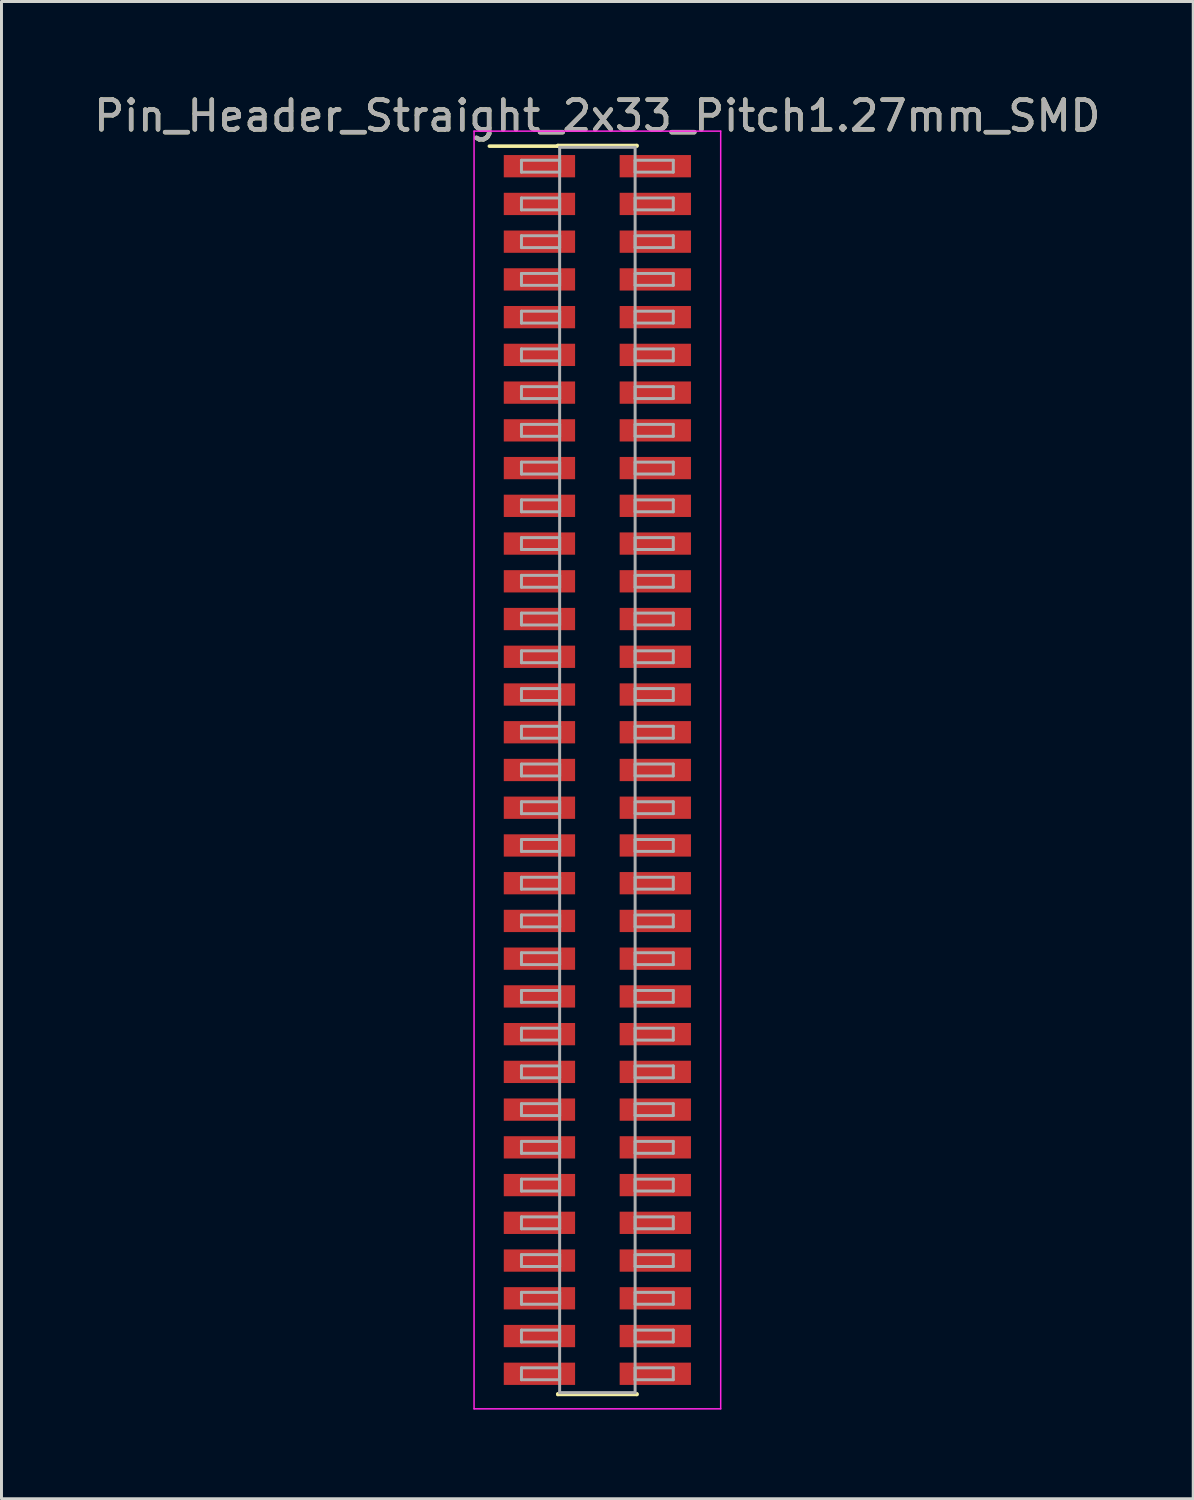
<source format=kicad_pcb>
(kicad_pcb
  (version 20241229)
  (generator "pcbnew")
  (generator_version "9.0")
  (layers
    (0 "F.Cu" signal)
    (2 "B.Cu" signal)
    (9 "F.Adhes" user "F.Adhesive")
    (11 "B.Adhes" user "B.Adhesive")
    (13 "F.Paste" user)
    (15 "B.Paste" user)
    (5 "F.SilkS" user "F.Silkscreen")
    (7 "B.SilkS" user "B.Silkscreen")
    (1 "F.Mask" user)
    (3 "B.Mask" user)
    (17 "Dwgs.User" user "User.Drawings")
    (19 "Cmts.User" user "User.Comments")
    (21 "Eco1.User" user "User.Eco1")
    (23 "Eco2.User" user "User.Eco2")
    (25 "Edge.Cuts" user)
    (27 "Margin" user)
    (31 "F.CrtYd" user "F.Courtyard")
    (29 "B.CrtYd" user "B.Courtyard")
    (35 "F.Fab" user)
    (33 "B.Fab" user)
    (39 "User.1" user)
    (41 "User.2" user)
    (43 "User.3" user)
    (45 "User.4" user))
  (footprint "Pin_Header_Straight_2x33_Pitch1.27mm_SMD"
    (layer "F.Cu")
    (at 17.054 22.863)
    (property "Reference" "Pin_Header_Straight_2x33_Pitch1.27mm_SMD" (at 0 -22.015 0) (layer "F.SilkS") (effects (font (size 1 1) (thickness 0.15))))
    (attr smd)
    (fp_line (start -3.635 -20.995) (end -1.33 -20.995) (stroke (width 0.12) (type solid)) (layer "F.SilkS"))
    (fp_line (start -1.33 -21.015) (end 1.33 -21.015) (stroke (width 0.12) (type solid)) (layer "F.SilkS"))
    (fp_line (start -1.33 -20.995) (end -1.33 -21.015) (stroke (width 0.12) (type solid)) (layer "F.SilkS"))
    (fp_line (start -1.33 20.995) (end -1.33 21.015) (stroke (width 0.12) (type solid)) (layer "F.SilkS"))
    (fp_line (start -1.33 21.015) (end 1.33 21.015) (stroke (width 0.12) (type solid)) (layer "F.SilkS"))
    (fp_line (start 1.33 -21.015) (end 1.33 -20.995) (stroke (width 0.12) (type solid)) (layer "F.SilkS"))
    (fp_line (start 1.33 21.015) (end 1.33 20.995) (stroke (width 0.12) (type solid)) (layer "F.SilkS"))
    (fp_line (start -4.15 -21.5) (end -4.15 21.5) (stroke (width 0.05) (type solid)) (layer "F.CrtYd"))
    (fp_line (start -4.15 21.5) (end 4.15 21.5) (stroke (width 0.05) (type solid)) (layer "F.CrtYd"))
    (fp_line (start 4.15 -21.5) (end -4.15 -21.5) (stroke (width 0.05) (type solid)) (layer "F.CrtYd"))
    (fp_line (start 4.15 21.5) (end 4.15 -21.5) (stroke (width 0.05) (type solid)) (layer "F.CrtYd"))
    (fp_line (start -2.555 -20.52) (end -1.27 -20.52) (stroke (width 0.1) (type solid)) (layer "F.Fab"))
    (fp_line (start -2.555 -20.12) (end -2.555 -20.52) (stroke (width 0.1) (type solid)) (layer "F.Fab"))
    (fp_line (start -2.555 -19.25) (end -1.27 -19.25) (stroke (width 0.1) (type solid)) (layer "F.Fab"))
    (fp_line (start -2.555 -18.85) (end -2.555 -19.25) (stroke (width 0.1) (type solid)) (layer "F.Fab"))
    (fp_line (start -2.555 -17.98) (end -1.27 -17.98) (stroke (width 0.1) (type solid)) (layer "F.Fab"))
    (fp_line (start -2.555 -17.58) (end -2.555 -17.98) (stroke (width 0.1) (type solid)) (layer "F.Fab"))
    (fp_line (start -2.555 -16.71) (end -1.27 -16.71) (stroke (width 0.1) (type solid)) (layer "F.Fab"))
    (fp_line (start -2.555 -16.31) (end -2.555 -16.71) (stroke (width 0.1) (type solid)) (layer "F.Fab"))
    (fp_line (start -2.555 -15.44) (end -1.27 -15.44) (stroke (width 0.1) (type solid)) (layer "F.Fab"))
    (fp_line (start -2.555 -15.04) (end -2.555 -15.44) (stroke (width 0.1) (type solid)) (layer "F.Fab"))
    (fp_line (start -2.555 -14.17) (end -1.27 -14.17) (stroke (width 0.1) (type solid)) (layer "F.Fab"))
    (fp_line (start -2.555 -13.77) (end -2.555 -14.17) (stroke (width 0.1) (type solid)) (layer "F.Fab"))
    (fp_line (start -2.555 -12.9) (end -1.27 -12.9) (stroke (width 0.1) (type solid)) (layer "F.Fab"))
    (fp_line (start -2.555 -12.5) (end -2.555 -12.9) (stroke (width 0.1) (type solid)) (layer "F.Fab"))
    (fp_line (start -2.555 -11.63) (end -1.27 -11.63) (stroke (width 0.1) (type solid)) (layer "F.Fab"))
    (fp_line (start -2.555 -11.23) (end -2.555 -11.63) (stroke (width 0.1) (type solid)) (layer "F.Fab"))
    (fp_line (start -2.555 -10.36) (end -1.27 -10.36) (stroke (width 0.1) (type solid)) (layer "F.Fab"))
    (fp_line (start -2.555 -9.96) (end -2.555 -10.36) (stroke (width 0.1) (type solid)) (layer "F.Fab"))
    (fp_line (start -2.555 -9.09) (end -1.27 -9.09) (stroke (width 0.1) (type solid)) (layer "F.Fab"))
    (fp_line (start -2.555 -8.69) (end -2.555 -9.09) (stroke (width 0.1) (type solid)) (layer "F.Fab"))
    (fp_line (start -2.555 -7.82) (end -1.27 -7.82) (stroke (width 0.1) (type solid)) (layer "F.Fab"))
    (fp_line (start -2.555 -7.42) (end -2.555 -7.82) (stroke (width 0.1) (type solid)) (layer "F.Fab"))
    (fp_line (start -2.555 -6.55) (end -1.27 -6.55) (stroke (width 0.1) (type solid)) (layer "F.Fab"))
    (fp_line (start -2.555 -6.15) (end -2.555 -6.55) (stroke (width 0.1) (type solid)) (layer "F.Fab"))
    (fp_line (start -2.555 -5.28) (end -1.27 -5.28) (stroke (width 0.1) (type solid)) (layer "F.Fab"))
    (fp_line (start -2.555 -4.88) (end -2.555 -5.28) (stroke (width 0.1) (type solid)) (layer "F.Fab"))
    (fp_line (start -2.555 -4.01) (end -1.27 -4.01) (stroke (width 0.1) (type solid)) (layer "F.Fab"))
    (fp_line (start -2.555 -3.61) (end -2.555 -4.01) (stroke (width 0.1) (type solid)) (layer "F.Fab"))
    (fp_line (start -2.555 -2.74) (end -1.27 -2.74) (stroke (width 0.1) (type solid)) (layer "F.Fab"))
    (fp_line (start -2.555 -2.34) (end -2.555 -2.74) (stroke (width 0.1) (type solid)) (layer "F.Fab"))
    (fp_line (start -2.555 -1.47) (end -1.27 -1.47) (stroke (width 0.1) (type solid)) (layer "F.Fab"))
    (fp_line (start -2.555 -1.07) (end -2.555 -1.47) (stroke (width 0.1) (type solid)) (layer "F.Fab"))
    (fp_line (start -2.555 -0.2) (end -1.27 -0.2) (stroke (width 0.1) (type solid)) (layer "F.Fab"))
    (fp_line (start -2.555 0.2) (end -2.555 -0.2) (stroke (width 0.1) (type solid)) (layer "F.Fab"))
    (fp_line (start -2.555 1.07) (end -1.27 1.07) (stroke (width 0.1) (type solid)) (layer "F.Fab"))
    (fp_line (start -2.555 1.47) (end -2.555 1.07) (stroke (width 0.1) (type solid)) (layer "F.Fab"))
    (fp_line (start -2.555 2.34) (end -1.27 2.34) (stroke (width 0.1) (type solid)) (layer "F.Fab"))
    (fp_line (start -2.555 2.74) (end -2.555 2.34) (stroke (width 0.1) (type solid)) (layer "F.Fab"))
    (fp_line (start -2.555 3.61) (end -1.27 3.61) (stroke (width 0.1) (type solid)) (layer "F.Fab"))
    (fp_line (start -2.555 4.01) (end -2.555 3.61) (stroke (width 0.1) (type solid)) (layer "F.Fab"))
    (fp_line (start -2.555 4.88) (end -1.27 4.88) (stroke (width 0.1) (type solid)) (layer "F.Fab"))
    (fp_line (start -2.555 5.28) (end -2.555 4.88) (stroke (width 0.1) (type solid)) (layer "F.Fab"))
    (fp_line (start -2.555 6.15) (end -1.27 6.15) (stroke (width 0.1) (type solid)) (layer "F.Fab"))
    (fp_line (start -2.555 6.55) (end -2.555 6.15) (stroke (width 0.1) (type solid)) (layer "F.Fab"))
    (fp_line (start -2.555 7.42) (end -1.27 7.42) (stroke (width 0.1) (type solid)) (layer "F.Fab"))
    (fp_line (start -2.555 7.82) (end -2.555 7.42) (stroke (width 0.1) (type solid)) (layer "F.Fab"))
    (fp_line (start -2.555 8.69) (end -1.27 8.69) (stroke (width 0.1) (type solid)) (layer "F.Fab"))
    (fp_line (start -2.555 9.09) (end -2.555 8.69) (stroke (width 0.1) (type solid)) (layer "F.Fab"))
    (fp_line (start -2.555 9.96) (end -1.27 9.96) (stroke (width 0.1) (type solid)) (layer "F.Fab"))
    (fp_line (start -2.555 10.36) (end -2.555 9.96) (stroke (width 0.1) (type solid)) (layer "F.Fab"))
    (fp_line (start -2.555 11.23) (end -1.27 11.23) (stroke (width 0.1) (type solid)) (layer "F.Fab"))
    (fp_line (start -2.555 11.63) (end -2.555 11.23) (stroke (width 0.1) (type solid)) (layer "F.Fab"))
    (fp_line (start -2.555 12.5) (end -1.27 12.5) (stroke (width 0.1) (type solid)) (layer "F.Fab"))
    (fp_line (start -2.555 12.9) (end -2.555 12.5) (stroke (width 0.1) (type solid)) (layer "F.Fab"))
    (fp_line (start -2.555 13.77) (end -1.27 13.77) (stroke (width 0.1) (type solid)) (layer "F.Fab"))
    (fp_line (start -2.555 14.17) (end -2.555 13.77) (stroke (width 0.1) (type solid)) (layer "F.Fab"))
    (fp_line (start -2.555 15.04) (end -1.27 15.04) (stroke (width 0.1) (type solid)) (layer "F.Fab"))
    (fp_line (start -2.555 15.44) (end -2.555 15.04) (stroke (width 0.1) (type solid)) (layer "F.Fab"))
    (fp_line (start -2.555 16.31) (end -1.27 16.31) (stroke (width 0.1) (type solid)) (layer "F.Fab"))
    (fp_line (start -2.555 16.71) (end -2.555 16.31) (stroke (width 0.1) (type solid)) (layer "F.Fab"))
    (fp_line (start -2.555 17.58) (end -1.27 17.58) (stroke (width 0.1) (type solid)) (layer "F.Fab"))
    (fp_line (start -2.555 17.98) (end -2.555 17.58) (stroke (width 0.1) (type solid)) (layer "F.Fab"))
    (fp_line (start -2.555 18.85) (end -1.27 18.85) (stroke (width 0.1) (type solid)) (layer "F.Fab"))
    (fp_line (start -2.555 19.25) (end -2.555 18.85) (stroke (width 0.1) (type solid)) (layer "F.Fab"))
    (fp_line (start -2.555 20.12) (end -1.27 20.12) (stroke (width 0.1) (type solid)) (layer "F.Fab"))
    (fp_line (start -2.555 20.52) (end -2.555 20.12) (stroke (width 0.1) (type solid)) (layer "F.Fab"))
    (fp_line (start -1.27 -20.955) (end -1.27 20.955) (stroke (width 0.1) (type solid)) (layer "F.Fab"))
    (fp_line (start -1.27 -20.52) (end -1.27 -20.12) (stroke (width 0.1) (type solid)) (layer "F.Fab"))
    (fp_line (start -1.27 -20.12) (end -2.555 -20.12) (stroke (width 0.1) (type solid)) (layer "F.Fab"))
    (fp_line (start -1.27 -19.25) (end -1.27 -18.85) (stroke (width 0.1) (type solid)) (layer "F.Fab"))
    (fp_line (start -1.27 -18.85) (end -2.555 -18.85) (stroke (width 0.1) (type solid)) (layer "F.Fab"))
    (fp_line (start -1.27 -17.98) (end -1.27 -17.58) (stroke (width 0.1) (type solid)) (layer "F.Fab"))
    (fp_line (start -1.27 -17.58) (end -2.555 -17.58) (stroke (width 0.1) (type solid)) (layer "F.Fab"))
    (fp_line (start -1.27 -16.71) (end -1.27 -16.31) (stroke (width 0.1) (type solid)) (layer "F.Fab"))
    (fp_line (start -1.27 -16.31) (end -2.555 -16.31) (stroke (width 0.1) (type solid)) (layer "F.Fab"))
    (fp_line (start -1.27 -15.44) (end -1.27 -15.04) (stroke (width 0.1) (type solid)) (layer "F.Fab"))
    (fp_line (start -1.27 -15.04) (end -2.555 -15.04) (stroke (width 0.1) (type solid)) (layer "F.Fab"))
    (fp_line (start -1.27 -14.17) (end -1.27 -13.77) (stroke (width 0.1) (type solid)) (layer "F.Fab"))
    (fp_line (start -1.27 -13.77) (end -2.555 -13.77) (stroke (width 0.1) (type solid)) (layer "F.Fab"))
    (fp_line (start -1.27 -12.9) (end -1.27 -12.5) (stroke (width 0.1) (type solid)) (layer "F.Fab"))
    (fp_line (start -1.27 -12.5) (end -2.555 -12.5) (stroke (width 0.1) (type solid)) (layer "F.Fab"))
    (fp_line (start -1.27 -11.63) (end -1.27 -11.23) (stroke (width 0.1) (type solid)) (layer "F.Fab"))
    (fp_line (start -1.27 -11.23) (end -2.555 -11.23) (stroke (width 0.1) (type solid)) (layer "F.Fab"))
    (fp_line (start -1.27 -10.36) (end -1.27 -9.96) (stroke (width 0.1) (type solid)) (layer "F.Fab"))
    (fp_line (start -1.27 -9.96) (end -2.555 -9.96) (stroke (width 0.1) (type solid)) (layer "F.Fab"))
    (fp_line (start -1.27 -9.09) (end -1.27 -8.69) (stroke (width 0.1) (type solid)) (layer "F.Fab"))
    (fp_line (start -1.27 -8.69) (end -2.555 -8.69) (stroke (width 0.1) (type solid)) (layer "F.Fab"))
    (fp_line (start -1.27 -7.82) (end -1.27 -7.42) (stroke (width 0.1) (type solid)) (layer "F.Fab"))
    (fp_line (start -1.27 -7.42) (end -2.555 -7.42) (stroke (width 0.1) (type solid)) (layer "F.Fab"))
    (fp_line (start -1.27 -6.55) (end -1.27 -6.15) (stroke (width 0.1) (type solid)) (layer "F.Fab"))
    (fp_line (start -1.27 -6.15) (end -2.555 -6.15) (stroke (width 0.1) (type solid)) (layer "F.Fab"))
    (fp_line (start -1.27 -5.28) (end -1.27 -4.88) (stroke (width 0.1) (type solid)) (layer "F.Fab"))
    (fp_line (start -1.27 -4.88) (end -2.555 -4.88) (stroke (width 0.1) (type solid)) (layer "F.Fab"))
    (fp_line (start -1.27 -4.01) (end -1.27 -3.61) (stroke (width 0.1) (type solid)) (layer "F.Fab"))
    (fp_line (start -1.27 -3.61) (end -2.555 -3.61) (stroke (width 0.1) (type solid)) (layer "F.Fab"))
    (fp_line (start -1.27 -2.74) (end -1.27 -2.34) (stroke (width 0.1) (type solid)) (layer "F.Fab"))
    (fp_line (start -1.27 -2.34) (end -2.555 -2.34) (stroke (width 0.1) (type solid)) (layer "F.Fab"))
    (fp_line (start -1.27 -1.47) (end -1.27 -1.07) (stroke (width 0.1) (type solid)) (layer "F.Fab"))
    (fp_line (start -1.27 -1.07) (end -2.555 -1.07) (stroke (width 0.1) (type solid)) (layer "F.Fab"))
    (fp_line (start -1.27 -0.2) (end -1.27 0.2) (stroke (width 0.1) (type solid)) (layer "F.Fab"))
    (fp_line (start -1.27 0.2) (end -2.555 0.2) (stroke (width 0.1) (type solid)) (layer "F.Fab"))
    (fp_line (start -1.27 1.07) (end -1.27 1.47) (stroke (width 0.1) (type solid)) (layer "F.Fab"))
    (fp_line (start -1.27 1.47) (end -2.555 1.47) (stroke (width 0.1) (type solid)) (layer "F.Fab"))
    (fp_line (start -1.27 2.34) (end -1.27 2.74) (stroke (width 0.1) (type solid)) (layer "F.Fab"))
    (fp_line (start -1.27 2.74) (end -2.555 2.74) (stroke (width 0.1) (type solid)) (layer "F.Fab"))
    (fp_line (start -1.27 3.61) (end -1.27 4.01) (stroke (width 0.1) (type solid)) (layer "F.Fab"))
    (fp_line (start -1.27 4.01) (end -2.555 4.01) (stroke (width 0.1) (type solid)) (layer "F.Fab"))
    (fp_line (start -1.27 4.88) (end -1.27 5.28) (stroke (width 0.1) (type solid)) (layer "F.Fab"))
    (fp_line (start -1.27 5.28) (end -2.555 5.28) (stroke (width 0.1) (type solid)) (layer "F.Fab"))
    (fp_line (start -1.27 6.15) (end -1.27 6.55) (stroke (width 0.1) (type solid)) (layer "F.Fab"))
    (fp_line (start -1.27 6.55) (end -2.555 6.55) (stroke (width 0.1) (type solid)) (layer "F.Fab"))
    (fp_line (start -1.27 7.42) (end -1.27 7.82) (stroke (width 0.1) (type solid)) (layer "F.Fab"))
    (fp_line (start -1.27 7.82) (end -2.555 7.82) (stroke (width 0.1) (type solid)) (layer "F.Fab"))
    (fp_line (start -1.27 8.69) (end -1.27 9.09) (stroke (width 0.1) (type solid)) (layer "F.Fab"))
    (fp_line (start -1.27 9.09) (end -2.555 9.09) (stroke (width 0.1) (type solid)) (layer "F.Fab"))
    (fp_line (start -1.27 9.96) (end -1.27 10.36) (stroke (width 0.1) (type solid)) (layer "F.Fab"))
    (fp_line (start -1.27 10.36) (end -2.555 10.36) (stroke (width 0.1) (type solid)) (layer "F.Fab"))
    (fp_line (start -1.27 11.23) (end -1.27 11.63) (stroke (width 0.1) (type solid)) (layer "F.Fab"))
    (fp_line (start -1.27 11.63) (end -2.555 11.63) (stroke (width 0.1) (type solid)) (layer "F.Fab"))
    (fp_line (start -1.27 12.5) (end -1.27 12.9) (stroke (width 0.1) (type solid)) (layer "F.Fab"))
    (fp_line (start -1.27 12.9) (end -2.555 12.9) (stroke (width 0.1) (type solid)) (layer "F.Fab"))
    (fp_line (start -1.27 13.77) (end -1.27 14.17) (stroke (width 0.1) (type solid)) (layer "F.Fab"))
    (fp_line (start -1.27 14.17) (end -2.555 14.17) (stroke (width 0.1) (type solid)) (layer "F.Fab"))
    (fp_line (start -1.27 15.04) (end -1.27 15.44) (stroke (width 0.1) (type solid)) (layer "F.Fab"))
    (fp_line (start -1.27 15.44) (end -2.555 15.44) (stroke (width 0.1) (type solid)) (layer "F.Fab"))
    (fp_line (start -1.27 16.31) (end -1.27 16.71) (stroke (width 0.1) (type solid)) (layer "F.Fab"))
    (fp_line (start -1.27 16.71) (end -2.555 16.71) (stroke (width 0.1) (type solid)) (layer "F.Fab"))
    (fp_line (start -1.27 17.58) (end -1.27 17.98) (stroke (width 0.1) (type solid)) (layer "F.Fab"))
    (fp_line (start -1.27 17.98) (end -2.555 17.98) (stroke (width 0.1) (type solid)) (layer "F.Fab"))
    (fp_line (start -1.27 18.85) (end -1.27 19.25) (stroke (width 0.1) (type solid)) (layer "F.Fab"))
    (fp_line (start -1.27 19.25) (end -2.555 19.25) (stroke (width 0.1) (type solid)) (layer "F.Fab"))
    (fp_line (start -1.27 20.12) (end -1.27 20.52) (stroke (width 0.1) (type solid)) (layer "F.Fab"))
    (fp_line (start -1.27 20.52) (end -2.555 20.52) (stroke (width 0.1) (type solid)) (layer "F.Fab"))
    (fp_line (start -1.27 20.955) (end 1.27 20.955) (stroke (width 0.1) (type solid)) (layer "F.Fab"))
    (fp_line (start 1.27 -20.955) (end -1.27 -20.955) (stroke (width 0.1) (type solid)) (layer "F.Fab"))
    (fp_line (start 1.27 -20.52) (end 1.27 -20.12) (stroke (width 0.1) (type solid)) (layer "F.Fab"))
    (fp_line (start 1.27 -20.12) (end 2.555 -20.12) (stroke (width 0.1) (type solid)) (layer "F.Fab"))
    (fp_line (start 1.27 -19.25) (end 1.27 -18.85) (stroke (width 0.1) (type solid)) (layer "F.Fab"))
    (fp_line (start 1.27 -18.85) (end 2.555 -18.85) (stroke (width 0.1) (type solid)) (layer "F.Fab"))
    (fp_line (start 1.27 -17.98) (end 1.27 -17.58) (stroke (width 0.1) (type solid)) (layer "F.Fab"))
    (fp_line (start 1.27 -17.58) (end 2.555 -17.58) (stroke (width 0.1) (type solid)) (layer "F.Fab"))
    (fp_line (start 1.27 -16.71) (end 1.27 -16.31) (stroke (width 0.1) (type solid)) (layer "F.Fab"))
    (fp_line (start 1.27 -16.31) (end 2.555 -16.31) (stroke (width 0.1) (type solid)) (layer "F.Fab"))
    (fp_line (start 1.27 -15.44) (end 1.27 -15.04) (stroke (width 0.1) (type solid)) (layer "F.Fab"))
    (fp_line (start 1.27 -15.04) (end 2.555 -15.04) (stroke (width 0.1) (type solid)) (layer "F.Fab"))
    (fp_line (start 1.27 -14.17) (end 1.27 -13.77) (stroke (width 0.1) (type solid)) (layer "F.Fab"))
    (fp_line (start 1.27 -13.77) (end 2.555 -13.77) (stroke (width 0.1) (type solid)) (layer "F.Fab"))
    (fp_line (start 1.27 -12.9) (end 1.27 -12.5) (stroke (width 0.1) (type solid)) (layer "F.Fab"))
    (fp_line (start 1.27 -12.5) (end 2.555 -12.5) (stroke (width 0.1) (type solid)) (layer "F.Fab"))
    (fp_line (start 1.27 -11.63) (end 1.27 -11.23) (stroke (width 0.1) (type solid)) (layer "F.Fab"))
    (fp_line (start 1.27 -11.23) (end 2.555 -11.23) (stroke (width 0.1) (type solid)) (layer "F.Fab"))
    (fp_line (start 1.27 -10.36) (end 1.27 -9.96) (stroke (width 0.1) (type solid)) (layer "F.Fab"))
    (fp_line (start 1.27 -9.96) (end 2.555 -9.96) (stroke (width 0.1) (type solid)) (layer "F.Fab"))
    (fp_line (start 1.27 -9.09) (end 1.27 -8.69) (stroke (width 0.1) (type solid)) (layer "F.Fab"))
    (fp_line (start 1.27 -8.69) (end 2.555 -8.69) (stroke (width 0.1) (type solid)) (layer "F.Fab"))
    (fp_line (start 1.27 -7.82) (end 1.27 -7.42) (stroke (width 0.1) (type solid)) (layer "F.Fab"))
    (fp_line (start 1.27 -7.42) (end 2.555 -7.42) (stroke (width 0.1) (type solid)) (layer "F.Fab"))
    (fp_line (start 1.27 -6.55) (end 1.27 -6.15) (stroke (width 0.1) (type solid)) (layer "F.Fab"))
    (fp_line (start 1.27 -6.15) (end 2.555 -6.15) (stroke (width 0.1) (type solid)) (layer "F.Fab"))
    (fp_line (start 1.27 -5.28) (end 1.27 -4.88) (stroke (width 0.1) (type solid)) (layer "F.Fab"))
    (fp_line (start 1.27 -4.88) (end 2.555 -4.88) (stroke (width 0.1) (type solid)) (layer "F.Fab"))
    (fp_line (start 1.27 -4.01) (end 1.27 -3.61) (stroke (width 0.1) (type solid)) (layer "F.Fab"))
    (fp_line (start 1.27 -3.61) (end 2.555 -3.61) (stroke (width 0.1) (type solid)) (layer "F.Fab"))
    (fp_line (start 1.27 -2.74) (end 1.27 -2.34) (stroke (width 0.1) (type solid)) (layer "F.Fab"))
    (fp_line (start 1.27 -2.34) (end 2.555 -2.34) (stroke (width 0.1) (type solid)) (layer "F.Fab"))
    (fp_line (start 1.27 -1.47) (end 1.27 -1.07) (stroke (width 0.1) (type solid)) (layer "F.Fab"))
    (fp_line (start 1.27 -1.07) (end 2.555 -1.07) (stroke (width 0.1) (type solid)) (layer "F.Fab"))
    (fp_line (start 1.27 -0.2) (end 1.27 0.2) (stroke (width 0.1) (type solid)) (layer "F.Fab"))
    (fp_line (start 1.27 0.2) (end 2.555 0.2) (stroke (width 0.1) (type solid)) (layer "F.Fab"))
    (fp_line (start 1.27 1.07) (end 1.27 1.47) (stroke (width 0.1) (type solid)) (layer "F.Fab"))
    (fp_line (start 1.27 1.47) (end 2.555 1.47) (stroke (width 0.1) (type solid)) (layer "F.Fab"))
    (fp_line (start 1.27 2.34) (end 1.27 2.74) (stroke (width 0.1) (type solid)) (layer "F.Fab"))
    (fp_line (start 1.27 2.74) (end 2.555 2.74) (stroke (width 0.1) (type solid)) (layer "F.Fab"))
    (fp_line (start 1.27 3.61) (end 1.27 4.01) (stroke (width 0.1) (type solid)) (layer "F.Fab"))
    (fp_line (start 1.27 4.01) (end 2.555 4.01) (stroke (width 0.1) (type solid)) (layer "F.Fab"))
    (fp_line (start 1.27 4.88) (end 1.27 5.28) (stroke (width 0.1) (type solid)) (layer "F.Fab"))
    (fp_line (start 1.27 5.28) (end 2.555 5.28) (stroke (width 0.1) (type solid)) (layer "F.Fab"))
    (fp_line (start 1.27 6.15) (end 1.27 6.55) (stroke (width 0.1) (type solid)) (layer "F.Fab"))
    (fp_line (start 1.27 6.55) (end 2.555 6.55) (stroke (width 0.1) (type solid)) (layer "F.Fab"))
    (fp_line (start 1.27 7.42) (end 1.27 7.82) (stroke (width 0.1) (type solid)) (layer "F.Fab"))
    (fp_line (start 1.27 7.82) (end 2.555 7.82) (stroke (width 0.1) (type solid)) (layer "F.Fab"))
    (fp_line (start 1.27 8.69) (end 1.27 9.09) (stroke (width 0.1) (type solid)) (layer "F.Fab"))
    (fp_line (start 1.27 9.09) (end 2.555 9.09) (stroke (width 0.1) (type solid)) (layer "F.Fab"))
    (fp_line (start 1.27 9.96) (end 1.27 10.36) (stroke (width 0.1) (type solid)) (layer "F.Fab"))
    (fp_line (start 1.27 10.36) (end 2.555 10.36) (stroke (width 0.1) (type solid)) (layer "F.Fab"))
    (fp_line (start 1.27 11.23) (end 1.27 11.63) (stroke (width 0.1) (type solid)) (layer "F.Fab"))
    (fp_line (start 1.27 11.63) (end 2.555 11.63) (stroke (width 0.1) (type solid)) (layer "F.Fab"))
    (fp_line (start 1.27 12.5) (end 1.27 12.9) (stroke (width 0.1) (type solid)) (layer "F.Fab"))
    (fp_line (start 1.27 12.9) (end 2.555 12.9) (stroke (width 0.1) (type solid)) (layer "F.Fab"))
    (fp_line (start 1.27 13.77) (end 1.27 14.17) (stroke (width 0.1) (type solid)) (layer "F.Fab"))
    (fp_line (start 1.27 14.17) (end 2.555 14.17) (stroke (width 0.1) (type solid)) (layer "F.Fab"))
    (fp_line (start 1.27 15.04) (end 1.27 15.44) (stroke (width 0.1) (type solid)) (layer "F.Fab"))
    (fp_line (start 1.27 15.44) (end 2.555 15.44) (stroke (width 0.1) (type solid)) (layer "F.Fab"))
    (fp_line (start 1.27 16.31) (end 1.27 16.71) (stroke (width 0.1) (type solid)) (layer "F.Fab"))
    (fp_line (start 1.27 16.71) (end 2.555 16.71) (stroke (width 0.1) (type solid)) (layer "F.Fab"))
    (fp_line (start 1.27 17.58) (end 1.27 17.98) (stroke (width 0.1) (type solid)) (layer "F.Fab"))
    (fp_line (start 1.27 17.98) (end 2.555 17.98) (stroke (width 0.1) (type solid)) (layer "F.Fab"))
    (fp_line (start 1.27 18.85) (end 1.27 19.25) (stroke (width 0.1) (type solid)) (layer "F.Fab"))
    (fp_line (start 1.27 19.25) (end 2.555 19.25) (stroke (width 0.1) (type solid)) (layer "F.Fab"))
    (fp_line (start 1.27 20.12) (end 1.27 20.52) (stroke (width 0.1) (type solid)) (layer "F.Fab"))
    (fp_line (start 1.27 20.52) (end 2.555 20.52) (stroke (width 0.1) (type solid)) (layer "F.Fab"))
    (fp_line (start 1.27 20.955) (end 1.27 -20.955) (stroke (width 0.1) (type solid)) (layer "F.Fab"))
    (fp_line (start 2.555 -20.52) (end 1.27 -20.52) (stroke (width 0.1) (type solid)) (layer "F.Fab"))
    (fp_line (start 2.555 -20.12) (end 2.555 -20.52) (stroke (width 0.1) (type solid)) (layer "F.Fab"))
    (fp_line (start 2.555 -19.25) (end 1.27 -19.25) (stroke (width 0.1) (type solid)) (layer "F.Fab"))
    (fp_line (start 2.555 -18.85) (end 2.555 -19.25) (stroke (width 0.1) (type solid)) (layer "F.Fab"))
    (fp_line (start 2.555 -17.98) (end 1.27 -17.98) (stroke (width 0.1) (type solid)) (layer "F.Fab"))
    (fp_line (start 2.555 -17.58) (end 2.555 -17.98) (stroke (width 0.1) (type solid)) (layer "F.Fab"))
    (fp_line (start 2.555 -16.71) (end 1.27 -16.71) (stroke (width 0.1) (type solid)) (layer "F.Fab"))
    (fp_line (start 2.555 -16.31) (end 2.555 -16.71) (stroke (width 0.1) (type solid)) (layer "F.Fab"))
    (fp_line (start 2.555 -15.44) (end 1.27 -15.44) (stroke (width 0.1) (type solid)) (layer "F.Fab"))
    (fp_line (start 2.555 -15.04) (end 2.555 -15.44) (stroke (width 0.1) (type solid)) (layer "F.Fab"))
    (fp_line (start 2.555 -14.17) (end 1.27 -14.17) (stroke (width 0.1) (type solid)) (layer "F.Fab"))
    (fp_line (start 2.555 -13.77) (end 2.555 -14.17) (stroke (width 0.1) (type solid)) (layer "F.Fab"))
    (fp_line (start 2.555 -12.9) (end 1.27 -12.9) (stroke (width 0.1) (type solid)) (layer "F.Fab"))
    (fp_line (start 2.555 -12.5) (end 2.555 -12.9) (stroke (width 0.1) (type solid)) (layer "F.Fab"))
    (fp_line (start 2.555 -11.63) (end 1.27 -11.63) (stroke (width 0.1) (type solid)) (layer "F.Fab"))
    (fp_line (start 2.555 -11.23) (end 2.555 -11.63) (stroke (width 0.1) (type solid)) (layer "F.Fab"))
    (fp_line (start 2.555 -10.36) (end 1.27 -10.36) (stroke (width 0.1) (type solid)) (layer "F.Fab"))
    (fp_line (start 2.555 -9.96) (end 2.555 -10.36) (stroke (width 0.1) (type solid)) (layer "F.Fab"))
    (fp_line (start 2.555 -9.09) (end 1.27 -9.09) (stroke (width 0.1) (type solid)) (layer "F.Fab"))
    (fp_line (start 2.555 -8.69) (end 2.555 -9.09) (stroke (width 0.1) (type solid)) (layer "F.Fab"))
    (fp_line (start 2.555 -7.82) (end 1.27 -7.82) (stroke (width 0.1) (type solid)) (layer "F.Fab"))
    (fp_line (start 2.555 -7.42) (end 2.555 -7.82) (stroke (width 0.1) (type solid)) (layer "F.Fab"))
    (fp_line (start 2.555 -6.55) (end 1.27 -6.55) (stroke (width 0.1) (type solid)) (layer "F.Fab"))
    (fp_line (start 2.555 -6.15) (end 2.555 -6.55) (stroke (width 0.1) (type solid)) (layer "F.Fab"))
    (fp_line (start 2.555 -5.28) (end 1.27 -5.28) (stroke (width 0.1) (type solid)) (layer "F.Fab"))
    (fp_line (start 2.555 -4.88) (end 2.555 -5.28) (stroke (width 0.1) (type solid)) (layer "F.Fab"))
    (fp_line (start 2.555 -4.01) (end 1.27 -4.01) (stroke (width 0.1) (type solid)) (layer "F.Fab"))
    (fp_line (start 2.555 -3.61) (end 2.555 -4.01) (stroke (width 0.1) (type solid)) (layer "F.Fab"))
    (fp_line (start 2.555 -2.74) (end 1.27 -2.74) (stroke (width 0.1) (type solid)) (layer "F.Fab"))
    (fp_line (start 2.555 -2.34) (end 2.555 -2.74) (stroke (width 0.1) (type solid)) (layer "F.Fab"))
    (fp_line (start 2.555 -1.47) (end 1.27 -1.47) (stroke (width 0.1) (type solid)) (layer "F.Fab"))
    (fp_line (start 2.555 -1.07) (end 2.555 -1.47) (stroke (width 0.1) (type solid)) (layer "F.Fab"))
    (fp_line (start 2.555 -0.2) (end 1.27 -0.2) (stroke (width 0.1) (type solid)) (layer "F.Fab"))
    (fp_line (start 2.555 0.2) (end 2.555 -0.2) (stroke (width 0.1) (type solid)) (layer "F.Fab"))
    (fp_line (start 2.555 1.07) (end 1.27 1.07) (stroke (width 0.1) (type solid)) (layer "F.Fab"))
    (fp_line (start 2.555 1.47) (end 2.555 1.07) (stroke (width 0.1) (type solid)) (layer "F.Fab"))
    (fp_line (start 2.555 2.34) (end 1.27 2.34) (stroke (width 0.1) (type solid)) (layer "F.Fab"))
    (fp_line (start 2.555 2.74) (end 2.555 2.34) (stroke (width 0.1) (type solid)) (layer "F.Fab"))
    (fp_line (start 2.555 3.61) (end 1.27 3.61) (stroke (width 0.1) (type solid)) (layer "F.Fab"))
    (fp_line (start 2.555 4.01) (end 2.555 3.61) (stroke (width 0.1) (type solid)) (layer "F.Fab"))
    (fp_line (start 2.555 4.88) (end 1.27 4.88) (stroke (width 0.1) (type solid)) (layer "F.Fab"))
    (fp_line (start 2.555 5.28) (end 2.555 4.88) (stroke (width 0.1) (type solid)) (layer "F.Fab"))
    (fp_line (start 2.555 6.15) (end 1.27 6.15) (stroke (width 0.1) (type solid)) (layer "F.Fab"))
    (fp_line (start 2.555 6.55) (end 2.555 6.15) (stroke (width 0.1) (type solid)) (layer "F.Fab"))
    (fp_line (start 2.555 7.42) (end 1.27 7.42) (stroke (width 0.1) (type solid)) (layer "F.Fab"))
    (fp_line (start 2.555 7.82) (end 2.555 7.42) (stroke (width 0.1) (type solid)) (layer "F.Fab"))
    (fp_line (start 2.555 8.69) (end 1.27 8.69) (stroke (width 0.1) (type solid)) (layer "F.Fab"))
    (fp_line (start 2.555 9.09) (end 2.555 8.69) (stroke (width 0.1) (type solid)) (layer "F.Fab"))
    (fp_line (start 2.555 9.96) (end 1.27 9.96) (stroke (width 0.1) (type solid)) (layer "F.Fab"))
    (fp_line (start 2.555 10.36) (end 2.555 9.96) (stroke (width 0.1) (type solid)) (layer "F.Fab"))
    (fp_line (start 2.555 11.23) (end 1.27 11.23) (stroke (width 0.1) (type solid)) (layer "F.Fab"))
    (fp_line (start 2.555 11.63) (end 2.555 11.23) (stroke (width 0.1) (type solid)) (layer "F.Fab"))
    (fp_line (start 2.555 12.5) (end 1.27 12.5) (stroke (width 0.1) (type solid)) (layer "F.Fab"))
    (fp_line (start 2.555 12.9) (end 2.555 12.5) (stroke (width 0.1) (type solid)) (layer "F.Fab"))
    (fp_line (start 2.555 13.77) (end 1.27 13.77) (stroke (width 0.1) (type solid)) (layer "F.Fab"))
    (fp_line (start 2.555 14.17) (end 2.555 13.77) (stroke (width 0.1) (type solid)) (layer "F.Fab"))
    (fp_line (start 2.555 15.04) (end 1.27 15.04) (stroke (width 0.1) (type solid)) (layer "F.Fab"))
    (fp_line (start 2.555 15.44) (end 2.555 15.04) (stroke (width 0.1) (type solid)) (layer "F.Fab"))
    (fp_line (start 2.555 16.31) (end 1.27 16.31) (stroke (width 0.1) (type solid)) (layer "F.Fab"))
    (fp_line (start 2.555 16.71) (end 2.555 16.31) (stroke (width 0.1) (type solid)) (layer "F.Fab"))
    (fp_line (start 2.555 17.58) (end 1.27 17.58) (stroke (width 0.1) (type solid)) (layer "F.Fab"))
    (fp_line (start 2.555 17.98) (end 2.555 17.58) (stroke (width 0.1) (type solid)) (layer "F.Fab"))
    (fp_line (start 2.555 18.85) (end 1.27 18.85) (stroke (width 0.1) (type solid)) (layer "F.Fab"))
    (fp_line (start 2.555 19.25) (end 2.555 18.85) (stroke (width 0.1) (type solid)) (layer "F.Fab"))
    (fp_line (start 2.555 20.12) (end 1.27 20.12) (stroke (width 0.1) (type solid)) (layer "F.Fab"))
    (fp_line (start 2.555 20.52) (end 2.555 20.12) (stroke (width 0.1) (type solid)) (layer "F.Fab"))
    (fp_text user "${REFERENCE}" (at 0 -22.015 0) (layer "F.Fab") (effects (font (size 1 1) (thickness 0.15))))
    (pad "1" smd rect (at -1.95 -20.32) (size 2.4 0.75) (layers "F.Cu" "F.Mask" "F.Paste"))
    (pad "2" smd rect (at 1.95 -20.32) (size 2.4 0.75) (layers "F.Cu" "F.Mask" "F.Paste"))
    (pad "3" smd rect (at -1.95 -19.05) (size 2.4 0.75) (layers "F.Cu" "F.Mask" "F.Paste"))
    (pad "4" smd rect (at 1.95 -19.05) (size 2.4 0.75) (layers "F.Cu" "F.Mask" "F.Paste"))
    (pad "5" smd rect (at -1.95 -17.78) (size 2.4 0.75) (layers "F.Cu" "F.Mask" "F.Paste"))
    (pad "6" smd rect (at 1.95 -17.78) (size 2.4 0.75) (layers "F.Cu" "F.Mask" "F.Paste"))
    (pad "7" smd rect (at -1.95 -16.51) (size 2.4 0.75) (layers "F.Cu" "F.Mask" "F.Paste"))
    (pad "8" smd rect (at 1.95 -16.51) (size 2.4 0.75) (layers "F.Cu" "F.Mask" "F.Paste"))
    (pad "9" smd rect (at -1.95 -15.24) (size 2.4 0.75) (layers "F.Cu" "F.Mask" "F.Paste"))
    (pad "10" smd rect (at 1.95 -15.24) (size 2.4 0.75) (layers "F.Cu" "F.Mask" "F.Paste"))
    (pad "11" smd rect (at -1.95 -13.97) (size 2.4 0.75) (layers "F.Cu" "F.Mask" "F.Paste"))
    (pad "12" smd rect (at 1.95 -13.97) (size 2.4 0.75) (layers "F.Cu" "F.Mask" "F.Paste"))
    (pad "13" smd rect (at -1.95 -12.7) (size 2.4 0.75) (layers "F.Cu" "F.Mask" "F.Paste"))
    (pad "14" smd rect (at 1.95 -12.7) (size 2.4 0.75) (layers "F.Cu" "F.Mask" "F.Paste"))
    (pad "15" smd rect (at -1.95 -11.43) (size 2.4 0.75) (layers "F.Cu" "F.Mask" "F.Paste"))
    (pad "16" smd rect (at 1.95 -11.43) (size 2.4 0.75) (layers "F.Cu" "F.Mask" "F.Paste"))
    (pad "17" smd rect (at -1.95 -10.16) (size 2.4 0.75) (layers "F.Cu" "F.Mask" "F.Paste"))
    (pad "18" smd rect (at 1.95 -10.16) (size 2.4 0.75) (layers "F.Cu" "F.Mask" "F.Paste"))
    (pad "19" smd rect (at -1.95 -8.89) (size 2.4 0.75) (layers "F.Cu" "F.Mask" "F.Paste"))
    (pad "20" smd rect (at 1.95 -8.89) (size 2.4 0.75) (layers "F.Cu" "F.Mask" "F.Paste"))
    (pad "21" smd rect (at -1.95 -7.62) (size 2.4 0.75) (layers "F.Cu" "F.Mask" "F.Paste"))
    (pad "22" smd rect (at 1.95 -7.62) (size 2.4 0.75) (layers "F.Cu" "F.Mask" "F.Paste"))
    (pad "23" smd rect (at -1.95 -6.35) (size 2.4 0.75) (layers "F.Cu" "F.Mask" "F.Paste"))
    (pad "24" smd rect (at 1.95 -6.35) (size 2.4 0.75) (layers "F.Cu" "F.Mask" "F.Paste"))
    (pad "25" smd rect (at -1.95 -5.08) (size 2.4 0.75) (layers "F.Cu" "F.Mask" "F.Paste"))
    (pad "26" smd rect (at 1.95 -5.08) (size 2.4 0.75) (layers "F.Cu" "F.Mask" "F.Paste"))
    (pad "27" smd rect (at -1.95 -3.81) (size 2.4 0.75) (layers "F.Cu" "F.Mask" "F.Paste"))
    (pad "28" smd rect (at 1.95 -3.81) (size 2.4 0.75) (layers "F.Cu" "F.Mask" "F.Paste"))
    (pad "29" smd rect (at -1.95 -2.54) (size 2.4 0.75) (layers "F.Cu" "F.Mask" "F.Paste"))
    (pad "30" smd rect (at 1.95 -2.54) (size 2.4 0.75) (layers "F.Cu" "F.Mask" "F.Paste"))
    (pad "31" smd rect (at -1.95 -1.27) (size 2.4 0.75) (layers "F.Cu" "F.Mask" "F.Paste"))
    (pad "32" smd rect (at 1.95 -1.27) (size 2.4 0.75) (layers "F.Cu" "F.Mask" "F.Paste"))
    (pad "33" smd rect (at -1.95 0) (size 2.4 0.75) (layers "F.Cu" "F.Mask" "F.Paste"))
    (pad "34" smd rect (at 1.95 0) (size 2.4 0.75) (layers "F.Cu" "F.Mask" "F.Paste"))
    (pad "35" smd rect (at -1.95 1.27) (size 2.4 0.75) (layers "F.Cu" "F.Mask" "F.Paste"))
    (pad "36" smd rect (at 1.95 1.27) (size 2.4 0.75) (layers "F.Cu" "F.Mask" "F.Paste"))
    (pad "37" smd rect (at -1.95 2.54) (size 2.4 0.75) (layers "F.Cu" "F.Mask" "F.Paste"))
    (pad "38" smd rect (at 1.95 2.54) (size 2.4 0.75) (layers "F.Cu" "F.Mask" "F.Paste"))
    (pad "39" smd rect (at -1.95 3.81) (size 2.4 0.75) (layers "F.Cu" "F.Mask" "F.Paste"))
    (pad "40" smd rect (at 1.95 3.81) (size 2.4 0.75) (layers "F.Cu" "F.Mask" "F.Paste"))
    (pad "41" smd rect (at -1.95 5.08) (size 2.4 0.75) (layers "F.Cu" "F.Mask" "F.Paste"))
    (pad "42" smd rect (at 1.95 5.08) (size 2.4 0.75) (layers "F.Cu" "F.Mask" "F.Paste"))
    (pad "43" smd rect (at -1.95 6.35) (size 2.4 0.75) (layers "F.Cu" "F.Mask" "F.Paste"))
    (pad "44" smd rect (at 1.95 6.35) (size 2.4 0.75) (layers "F.Cu" "F.Mask" "F.Paste"))
    (pad "45" smd rect (at -1.95 7.62) (size 2.4 0.75) (layers "F.Cu" "F.Mask" "F.Paste"))
    (pad "46" smd rect (at 1.95 7.62) (size 2.4 0.75) (layers "F.Cu" "F.Mask" "F.Paste"))
    (pad "47" smd rect (at -1.95 8.89) (size 2.4 0.75) (layers "F.Cu" "F.Mask" "F.Paste"))
    (pad "48" smd rect (at 1.95 8.89) (size 2.4 0.75) (layers "F.Cu" "F.Mask" "F.Paste"))
    (pad "49" smd rect (at -1.95 10.16) (size 2.4 0.75) (layers "F.Cu" "F.Mask" "F.Paste"))
    (pad "50" smd rect (at 1.95 10.16) (size 2.4 0.75) (layers "F.Cu" "F.Mask" "F.Paste"))
    (pad "51" smd rect (at -1.95 11.43) (size 2.4 0.75) (layers "F.Cu" "F.Mask" "F.Paste"))
    (pad "52" smd rect (at 1.95 11.43) (size 2.4 0.75) (layers "F.Cu" "F.Mask" "F.Paste"))
    (pad "53" smd rect (at -1.95 12.7) (size 2.4 0.75) (layers "F.Cu" "F.Mask" "F.Paste"))
    (pad "54" smd rect (at 1.95 12.7) (size 2.4 0.75) (layers "F.Cu" "F.Mask" "F.Paste"))
    (pad "55" smd rect (at -1.95 13.97) (size 2.4 0.75) (layers "F.Cu" "F.Mask" "F.Paste"))
    (pad "56" smd rect (at 1.95 13.97) (size 2.4 0.75) (layers "F.Cu" "F.Mask" "F.Paste"))
    (pad "57" smd rect (at -1.95 15.24) (size 2.4 0.75) (layers "F.Cu" "F.Mask" "F.Paste"))
    (pad "58" smd rect (at 1.95 15.24) (size 2.4 0.75) (layers "F.Cu" "F.Mask" "F.Paste"))
    (pad "59" smd rect (at -1.95 16.51) (size 2.4 0.75) (layers "F.Cu" "F.Mask" "F.Paste"))
    (pad "60" smd rect (at 1.95 16.51) (size 2.4 0.75) (layers "F.Cu" "F.Mask" "F.Paste"))
    (pad "61" smd rect (at -1.95 17.78) (size 2.4 0.75) (layers "F.Cu" "F.Mask" "F.Paste"))
    (pad "62" smd rect (at 1.95 17.78) (size 2.4 0.75) (layers "F.Cu" "F.Mask" "F.Paste"))
    (pad "63" smd rect (at -1.95 19.05) (size 2.4 0.75) (layers "F.Cu" "F.Mask" "F.Paste"))
    (pad "64" smd rect (at 1.95 19.05) (size 2.4 0.75) (layers "F.Cu" "F.Mask" "F.Paste"))
    (pad "65" smd rect (at -1.95 20.32) (size 2.4 0.75) (layers "F.Cu" "F.Mask" "F.Paste"))
    (pad "66" smd rect (at 1.95 20.32) (size 2.4 0.75) (layers "F.Cu" "F.Mask" "F.Paste")))
  (gr_rect
    (start -3 -3)
    (end 37.107 47.388)
    (stroke (width 0.1) (type default))
    (fill no)
    (layer "Edge.Cuts")))
</source>
